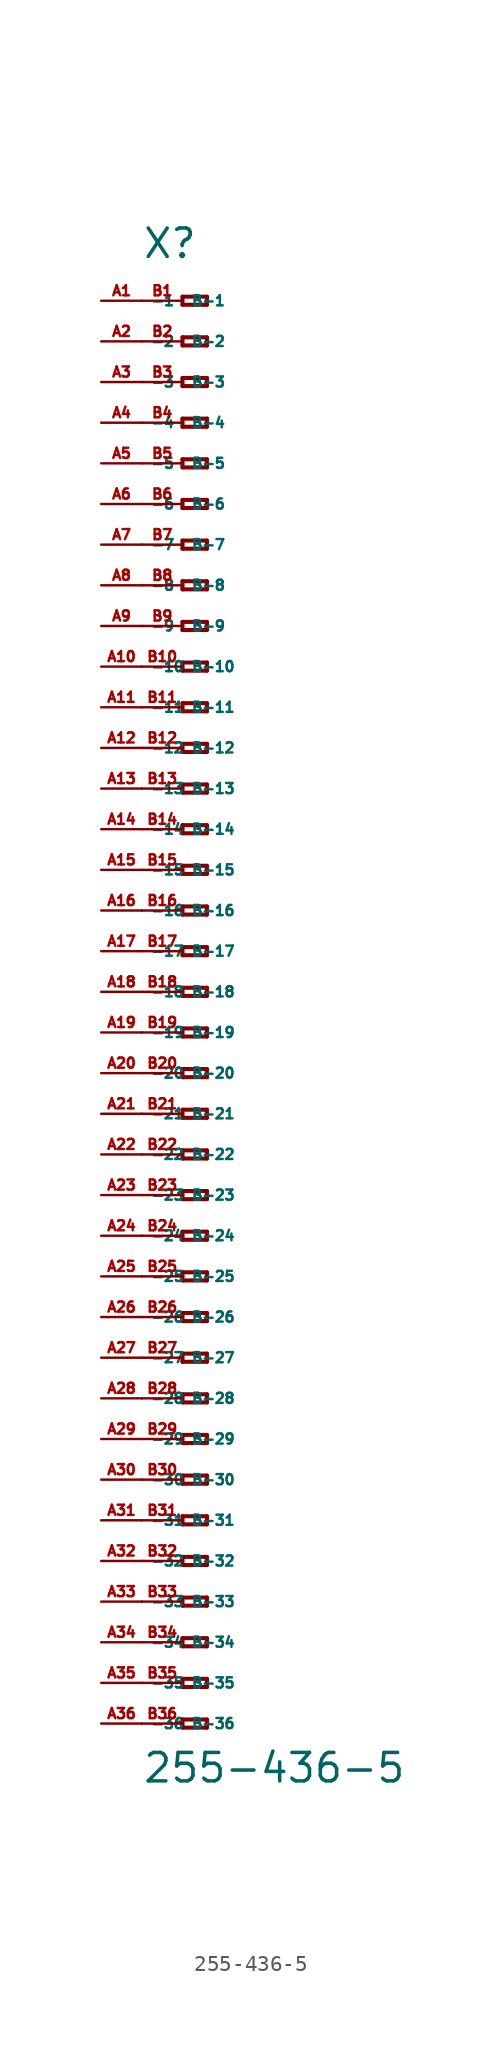
<source format=kicad_sym>
(kicad_symbol_lib
  (version 20220914)
  (generator Eagle2Kicad)
  (symbol "255-436-5"
    (property "Reference" "X"
      (at -5.08 45.72 0)
      (effects (font (size 1.778 1.778) (thickness 0.22)) (justify left bottom)))
    (property "Value" "255-436-5"
      (at -5.08 -49.53 0)
      (effects (font (size 1.778 1.778) (thickness 0.22)) (justify left bottom)))
    (polyline
      (pts (xy -2.54 43.434) (xy -2.54 42.926))
      (stroke (width 0.254) (type default))
      (fill (type none)))
    (polyline
      (pts (xy -2.54 42.926) (xy -1.016 42.926))
      (stroke (width 0.254) (type default))
      (fill (type none)))
    (polyline
      (pts (xy -1.016 42.926) (xy -1.016 43.434))
      (stroke (width 0.254) (type default))
      (fill (type none)))
    (polyline
      (pts (xy -1.016 43.434) (xy -2.54 43.434))
      (stroke (width 0.254) (type default))
      (fill (type none)))
    (polyline
      (pts (xy -2.54 40.894) (xy -2.54 40.386))
      (stroke (width 0.254) (type default))
      (fill (type none)))
    (polyline
      (pts (xy -2.54 40.386) (xy -1.016 40.386))
      (stroke (width 0.254) (type default))
      (fill (type none)))
    (polyline
      (pts (xy -1.016 40.386) (xy -1.016 40.894))
      (stroke (width 0.254) (type default))
      (fill (type none)))
    (polyline
      (pts (xy -1.016 40.894) (xy -2.54 40.894))
      (stroke (width 0.254) (type default))
      (fill (type none)))
    (polyline
      (pts (xy -2.54 38.354) (xy -2.54 37.846))
      (stroke (width 0.254) (type default))
      (fill (type none)))
    (polyline
      (pts (xy -2.54 37.846) (xy -1.016 37.846))
      (stroke (width 0.254) (type default))
      (fill (type none)))
    (polyline
      (pts (xy -1.016 37.846) (xy -1.016 38.354))
      (stroke (width 0.254) (type default))
      (fill (type none)))
    (polyline
      (pts (xy -1.016 38.354) (xy -2.54 38.354))
      (stroke (width 0.254) (type default))
      (fill (type none)))
    (polyline
      (pts (xy -2.54 35.814) (xy -2.54 35.306))
      (stroke (width 0.254) (type default))
      (fill (type none)))
    (polyline
      (pts (xy -2.54 35.306) (xy -1.016 35.306))
      (stroke (width 0.254) (type default))
      (fill (type none)))
    (polyline
      (pts (xy -1.016 35.306) (xy -1.016 35.814))
      (stroke (width 0.254) (type default))
      (fill (type none)))
    (polyline
      (pts (xy -1.016 35.814) (xy -2.54 35.814))
      (stroke (width 0.254) (type default))
      (fill (type none)))
    (polyline
      (pts (xy -2.54 33.274) (xy -2.54 32.766))
      (stroke (width 0.254) (type default))
      (fill (type none)))
    (polyline
      (pts (xy -2.54 32.766) (xy -1.016 32.766))
      (stroke (width 0.254) (type default))
      (fill (type none)))
    (polyline
      (pts (xy -1.016 32.766) (xy -1.016 33.274))
      (stroke (width 0.254) (type default))
      (fill (type none)))
    (polyline
      (pts (xy -1.016 33.274) (xy -2.54 33.274))
      (stroke (width 0.254) (type default))
      (fill (type none)))
    (polyline
      (pts (xy -2.54 30.734) (xy -2.54 30.226))
      (stroke (width 0.254) (type default))
      (fill (type none)))
    (polyline
      (pts (xy -2.54 30.226) (xy -1.016 30.226))
      (stroke (width 0.254) (type default))
      (fill (type none)))
    (polyline
      (pts (xy -1.016 30.226) (xy -1.016 30.734))
      (stroke (width 0.254) (type default))
      (fill (type none)))
    (polyline
      (pts (xy -1.016 30.734) (xy -2.54 30.734))
      (stroke (width 0.254) (type default))
      (fill (type none)))
    (polyline
      (pts (xy -2.54 28.194) (xy -2.54 27.686))
      (stroke (width 0.254) (type default))
      (fill (type none)))
    (polyline
      (pts (xy -2.54 27.686) (xy -1.016 27.686))
      (stroke (width 0.254) (type default))
      (fill (type none)))
    (polyline
      (pts (xy -1.016 27.686) (xy -1.016 28.194))
      (stroke (width 0.254) (type default))
      (fill (type none)))
    (polyline
      (pts (xy -1.016 28.194) (xy -2.54 28.194))
      (stroke (width 0.254) (type default))
      (fill (type none)))
    (polyline
      (pts (xy -2.54 25.654) (xy -2.54 25.146))
      (stroke (width 0.254) (type default))
      (fill (type none)))
    (polyline
      (pts (xy -2.54 25.146) (xy -1.016 25.146))
      (stroke (width 0.254) (type default))
      (fill (type none)))
    (polyline
      (pts (xy -1.016 25.146) (xy -1.016 25.654))
      (stroke (width 0.254) (type default))
      (fill (type none)))
    (polyline
      (pts (xy -1.016 25.654) (xy -2.54 25.654))
      (stroke (width 0.254) (type default))
      (fill (type none)))
    (polyline
      (pts (xy -2.54 23.114) (xy -2.54 22.606))
      (stroke (width 0.254) (type default))
      (fill (type none)))
    (polyline
      (pts (xy -2.54 22.606) (xy -1.016 22.606))
      (stroke (width 0.254) (type default))
      (fill (type none)))
    (polyline
      (pts (xy -1.016 22.606) (xy -1.016 23.114))
      (stroke (width 0.254) (type default))
      (fill (type none)))
    (polyline
      (pts (xy -1.016 23.114) (xy -2.54 23.114))
      (stroke (width 0.254) (type default))
      (fill (type none)))
    (polyline
      (pts (xy -2.54 20.574) (xy -2.54 20.066))
      (stroke (width 0.254) (type default))
      (fill (type none)))
    (polyline
      (pts (xy -2.54 20.066) (xy -1.016 20.066))
      (stroke (width 0.254) (type default))
      (fill (type none)))
    (polyline
      (pts (xy -1.016 20.066) (xy -1.016 20.574))
      (stroke (width 0.254) (type default))
      (fill (type none)))
    (polyline
      (pts (xy -1.016 20.574) (xy -2.54 20.574))
      (stroke (width 0.254) (type default))
      (fill (type none)))
    (polyline
      (pts (xy -2.54 18.034) (xy -2.54 17.526))
      (stroke (width 0.254) (type default))
      (fill (type none)))
    (polyline
      (pts (xy -2.54 17.526) (xy -1.016 17.526))
      (stroke (width 0.254) (type default))
      (fill (type none)))
    (polyline
      (pts (xy -1.016 17.526) (xy -1.016 18.034))
      (stroke (width 0.254) (type default))
      (fill (type none)))
    (polyline
      (pts (xy -1.016 18.034) (xy -2.54 18.034))
      (stroke (width 0.254) (type default))
      (fill (type none)))
    (polyline
      (pts (xy -2.54 15.494) (xy -2.54 14.986))
      (stroke (width 0.254) (type default))
      (fill (type none)))
    (polyline
      (pts (xy -2.54 14.986) (xy -1.016 14.986))
      (stroke (width 0.254) (type default))
      (fill (type none)))
    (polyline
      (pts (xy -1.016 14.986) (xy -1.016 15.494))
      (stroke (width 0.254) (type default))
      (fill (type none)))
    (polyline
      (pts (xy -1.016 15.494) (xy -2.54 15.494))
      (stroke (width 0.254) (type default))
      (fill (type none)))
    (polyline
      (pts (xy -2.54 12.954) (xy -2.54 12.446))
      (stroke (width 0.254) (type default))
      (fill (type none)))
    (polyline
      (pts (xy -2.54 12.446) (xy -1.016 12.446))
      (stroke (width 0.254) (type default))
      (fill (type none)))
    (polyline
      (pts (xy -1.016 12.446) (xy -1.016 12.954))
      (stroke (width 0.254) (type default))
      (fill (type none)))
    (polyline
      (pts (xy -1.016 12.954) (xy -2.54 12.954))
      (stroke (width 0.254) (type default))
      (fill (type none)))
    (polyline
      (pts (xy -2.54 10.414) (xy -2.54 9.906))
      (stroke (width 0.254) (type default))
      (fill (type none)))
    (polyline
      (pts (xy -2.54 9.906) (xy -1.016 9.906))
      (stroke (width 0.254) (type default))
      (fill (type none)))
    (polyline
      (pts (xy -1.016 9.906) (xy -1.016 10.414))
      (stroke (width 0.254) (type default))
      (fill (type none)))
    (polyline
      (pts (xy -1.016 10.414) (xy -2.54 10.414))
      (stroke (width 0.254) (type default))
      (fill (type none)))
    (polyline
      (pts (xy -2.54 7.874) (xy -2.54 7.366))
      (stroke (width 0.254) (type default))
      (fill (type none)))
    (polyline
      (pts (xy -2.54 7.366) (xy -1.016 7.366))
      (stroke (width 0.254) (type default))
      (fill (type none)))
    (polyline
      (pts (xy -1.016 7.366) (xy -1.016 7.874))
      (stroke (width 0.254) (type default))
      (fill (type none)))
    (polyline
      (pts (xy -1.016 7.874) (xy -2.54 7.874))
      (stroke (width 0.254) (type default))
      (fill (type none)))
    (polyline
      (pts (xy -2.54 5.334) (xy -2.54 4.826))
      (stroke (width 0.254) (type default))
      (fill (type none)))
    (polyline
      (pts (xy -2.54 4.826) (xy -1.016 4.826))
      (stroke (width 0.254) (type default))
      (fill (type none)))
    (polyline
      (pts (xy -1.016 4.826) (xy -1.016 5.334))
      (stroke (width 0.254) (type default))
      (fill (type none)))
    (polyline
      (pts (xy -1.016 5.334) (xy -2.54 5.334))
      (stroke (width 0.254) (type default))
      (fill (type none)))
    (polyline
      (pts (xy -2.54 2.794) (xy -2.54 2.286))
      (stroke (width 0.254) (type default))
      (fill (type none)))
    (polyline
      (pts (xy -2.54 2.286) (xy -1.016 2.286))
      (stroke (width 0.254) (type default))
      (fill (type none)))
    (polyline
      (pts (xy -1.016 2.286) (xy -1.016 2.794))
      (stroke (width 0.254) (type default))
      (fill (type none)))
    (polyline
      (pts (xy -1.016 2.794) (xy -2.54 2.794))
      (stroke (width 0.254) (type default))
      (fill (type none)))
    (polyline
      (pts (xy -2.54 0.254) (xy -2.54 -0.254))
      (stroke (width 0.254) (type default))
      (fill (type none)))
    (polyline
      (pts (xy -2.54 -0.254) (xy -1.016 -0.254))
      (stroke (width 0.254) (type default))
      (fill (type none)))
    (polyline
      (pts (xy -1.016 -0.254) (xy -1.016 0.254))
      (stroke (width 0.254) (type default))
      (fill (type none)))
    (polyline
      (pts (xy -1.016 0.254) (xy -2.54 0.254))
      (stroke (width 0.254) (type default))
      (fill (type none)))
    (polyline
      (pts (xy -2.54 -2.286) (xy -2.54 -2.794))
      (stroke (width 0.254) (type default))
      (fill (type none)))
    (polyline
      (pts (xy -2.54 -2.794) (xy -1.016 -2.794))
      (stroke (width 0.254) (type default))
      (fill (type none)))
    (polyline
      (pts (xy -1.016 -2.794) (xy -1.016 -2.286))
      (stroke (width 0.254) (type default))
      (fill (type none)))
    (polyline
      (pts (xy -1.016 -2.286) (xy -2.54 -2.286))
      (stroke (width 0.254) (type default))
      (fill (type none)))
    (polyline
      (pts (xy -2.54 -4.826) (xy -2.54 -5.334))
      (stroke (width 0.254) (type default))
      (fill (type none)))
    (polyline
      (pts (xy -2.54 -5.334) (xy -1.016 -5.334))
      (stroke (width 0.254) (type default))
      (fill (type none)))
    (polyline
      (pts (xy -1.016 -5.334) (xy -1.016 -4.826))
      (stroke (width 0.254) (type default))
      (fill (type none)))
    (polyline
      (pts (xy -1.016 -4.826) (xy -2.54 -4.826))
      (stroke (width 0.254) (type default))
      (fill (type none)))
    (polyline
      (pts (xy -2.54 -7.366) (xy -2.54 -7.874))
      (stroke (width 0.254) (type default))
      (fill (type none)))
    (polyline
      (pts (xy -2.54 -7.874) (xy -1.016 -7.874))
      (stroke (width 0.254) (type default))
      (fill (type none)))
    (polyline
      (pts (xy -1.016 -7.874) (xy -1.016 -7.366))
      (stroke (width 0.254) (type default))
      (fill (type none)))
    (polyline
      (pts (xy -1.016 -7.366) (xy -2.54 -7.366))
      (stroke (width 0.254) (type default))
      (fill (type none)))
    (polyline
      (pts (xy -2.54 -9.906) (xy -2.54 -10.414))
      (stroke (width 0.254) (type default))
      (fill (type none)))
    (polyline
      (pts (xy -2.54 -10.414) (xy -1.016 -10.414))
      (stroke (width 0.254) (type default))
      (fill (type none)))
    (polyline
      (pts (xy -1.016 -10.414) (xy -1.016 -9.906))
      (stroke (width 0.254) (type default))
      (fill (type none)))
    (polyline
      (pts (xy -1.016 -9.906) (xy -2.54 -9.906))
      (stroke (width 0.254) (type default))
      (fill (type none)))
    (polyline
      (pts (xy -2.54 -12.446) (xy -2.54 -12.954))
      (stroke (width 0.254) (type default))
      (fill (type none)))
    (polyline
      (pts (xy -2.54 -12.954) (xy -1.016 -12.954))
      (stroke (width 0.254) (type default))
      (fill (type none)))
    (polyline
      (pts (xy -1.016 -12.954) (xy -1.016 -12.446))
      (stroke (width 0.254) (type default))
      (fill (type none)))
    (polyline
      (pts (xy -1.016 -12.446) (xy -2.54 -12.446))
      (stroke (width 0.254) (type default))
      (fill (type none)))
    (polyline
      (pts (xy -2.54 -14.986) (xy -2.54 -15.494))
      (stroke (width 0.254) (type default))
      (fill (type none)))
    (polyline
      (pts (xy -2.54 -15.494) (xy -1.016 -15.494))
      (stroke (width 0.254) (type default))
      (fill (type none)))
    (polyline
      (pts (xy -1.016 -15.494) (xy -1.016 -14.986))
      (stroke (width 0.254) (type default))
      (fill (type none)))
    (polyline
      (pts (xy -1.016 -14.986) (xy -2.54 -14.986))
      (stroke (width 0.254) (type default))
      (fill (type none)))
    (polyline
      (pts (xy -2.54 -17.526) (xy -2.54 -18.034))
      (stroke (width 0.254) (type default))
      (fill (type none)))
    (polyline
      (pts (xy -2.54 -18.034) (xy -1.016 -18.034))
      (stroke (width 0.254) (type default))
      (fill (type none)))
    (polyline
      (pts (xy -1.016 -18.034) (xy -1.016 -17.526))
      (stroke (width 0.254) (type default))
      (fill (type none)))
    (polyline
      (pts (xy -1.016 -17.526) (xy -2.54 -17.526))
      (stroke (width 0.254) (type default))
      (fill (type none)))
    (polyline
      (pts (xy -2.54 -20.066) (xy -2.54 -20.574))
      (stroke (width 0.254) (type default))
      (fill (type none)))
    (polyline
      (pts (xy -2.54 -20.574) (xy -1.016 -20.574))
      (stroke (width 0.254) (type default))
      (fill (type none)))
    (polyline
      (pts (xy -1.016 -20.574) (xy -1.016 -20.066))
      (stroke (width 0.254) (type default))
      (fill (type none)))
    (polyline
      (pts (xy -1.016 -20.066) (xy -2.54 -20.066))
      (stroke (width 0.254) (type default))
      (fill (type none)))
    (polyline
      (pts (xy -2.54 -22.606) (xy -2.54 -23.114))
      (stroke (width 0.254) (type default))
      (fill (type none)))
    (polyline
      (pts (xy -2.54 -23.114) (xy -1.016 -23.114))
      (stroke (width 0.254) (type default))
      (fill (type none)))
    (polyline
      (pts (xy -1.016 -23.114) (xy -1.016 -22.606))
      (stroke (width 0.254) (type default))
      (fill (type none)))
    (polyline
      (pts (xy -1.016 -22.606) (xy -2.54 -22.606))
      (stroke (width 0.254) (type default))
      (fill (type none)))
    (polyline
      (pts (xy -2.54 -25.146) (xy -2.54 -25.654))
      (stroke (width 0.254) (type default))
      (fill (type none)))
    (polyline
      (pts (xy -2.54 -25.654) (xy -1.016 -25.654))
      (stroke (width 0.254) (type default))
      (fill (type none)))
    (polyline
      (pts (xy -1.016 -25.654) (xy -1.016 -25.146))
      (stroke (width 0.254) (type default))
      (fill (type none)))
    (polyline
      (pts (xy -1.016 -25.146) (xy -2.54 -25.146))
      (stroke (width 0.254) (type default))
      (fill (type none)))
    (polyline
      (pts (xy -2.54 -27.686) (xy -2.54 -28.194))
      (stroke (width 0.254) (type default))
      (fill (type none)))
    (polyline
      (pts (xy -2.54 -28.194) (xy -1.016 -28.194))
      (stroke (width 0.254) (type default))
      (fill (type none)))
    (polyline
      (pts (xy -1.016 -28.194) (xy -1.016 -27.686))
      (stroke (width 0.254) (type default))
      (fill (type none)))
    (polyline
      (pts (xy -1.016 -27.686) (xy -2.54 -27.686))
      (stroke (width 0.254) (type default))
      (fill (type none)))
    (polyline
      (pts (xy -2.54 -30.226) (xy -2.54 -30.734))
      (stroke (width 0.254) (type default))
      (fill (type none)))
    (polyline
      (pts (xy -2.54 -30.734) (xy -1.016 -30.734))
      (stroke (width 0.254) (type default))
      (fill (type none)))
    (polyline
      (pts (xy -1.016 -30.734) (xy -1.016 -30.226))
      (stroke (width 0.254) (type default))
      (fill (type none)))
    (polyline
      (pts (xy -1.016 -30.226) (xy -2.54 -30.226))
      (stroke (width 0.254) (type default))
      (fill (type none)))
    (polyline
      (pts (xy -2.54 -32.766) (xy -2.54 -33.274))
      (stroke (width 0.254) (type default))
      (fill (type none)))
    (polyline
      (pts (xy -2.54 -33.274) (xy -1.016 -33.274))
      (stroke (width 0.254) (type default))
      (fill (type none)))
    (polyline
      (pts (xy -1.016 -33.274) (xy -1.016 -32.766))
      (stroke (width 0.254) (type default))
      (fill (type none)))
    (polyline
      (pts (xy -1.016 -32.766) (xy -2.54 -32.766))
      (stroke (width 0.254) (type default))
      (fill (type none)))
    (polyline
      (pts (xy -2.54 -35.306) (xy -2.54 -35.814))
      (stroke (width 0.254) (type default))
      (fill (type none)))
    (polyline
      (pts (xy -2.54 -35.814) (xy -1.016 -35.814))
      (stroke (width 0.254) (type default))
      (fill (type none)))
    (polyline
      (pts (xy -1.016 -35.814) (xy -1.016 -35.306))
      (stroke (width 0.254) (type default))
      (fill (type none)))
    (polyline
      (pts (xy -1.016 -35.306) (xy -2.54 -35.306))
      (stroke (width 0.254) (type default))
      (fill (type none)))
    (polyline
      (pts (xy -2.54 -37.846) (xy -2.54 -38.354))
      (stroke (width 0.254) (type default))
      (fill (type none)))
    (polyline
      (pts (xy -2.54 -38.354) (xy -1.016 -38.354))
      (stroke (width 0.254) (type default))
      (fill (type none)))
    (polyline
      (pts (xy -1.016 -38.354) (xy -1.016 -37.846))
      (stroke (width 0.254) (type default))
      (fill (type none)))
    (polyline
      (pts (xy -1.016 -37.846) (xy -2.54 -37.846))
      (stroke (width 0.254) (type default))
      (fill (type none)))
    (polyline
      (pts (xy -2.54 -40.386) (xy -2.54 -40.894))
      (stroke (width 0.254) (type default))
      (fill (type none)))
    (polyline
      (pts (xy -2.54 -40.894) (xy -1.016 -40.894))
      (stroke (width 0.254) (type default))
      (fill (type none)))
    (polyline
      (pts (xy -1.016 -40.894) (xy -1.016 -40.386))
      (stroke (width 0.254) (type default))
      (fill (type none)))
    (polyline
      (pts (xy -1.016 -40.386) (xy -2.54 -40.386))
      (stroke (width 0.254) (type default))
      (fill (type none)))
    (polyline
      (pts (xy -2.54 -42.926) (xy -2.54 -43.434))
      (stroke (width 0.254) (type default))
      (fill (type none)))
    (polyline
      (pts (xy -2.54 -43.434) (xy -1.016 -43.434))
      (stroke (width 0.254) (type default))
      (fill (type none)))
    (polyline
      (pts (xy -1.016 -43.434) (xy -1.016 -42.926))
      (stroke (width 0.254) (type default))
      (fill (type none)))
    (polyline
      (pts (xy -1.016 -42.926) (xy -2.54 -42.926))
      (stroke (width 0.254) (type default))
      (fill (type none)))
    (polyline
      (pts (xy -2.54 -45.466) (xy -2.54 -45.974))
      (stroke (width 0.254) (type default))
      (fill (type none)))
    (polyline
      (pts (xy -2.54 -45.974) (xy -1.016 -45.974))
      (stroke (width 0.254) (type default))
      (fill (type none)))
    (polyline
      (pts (xy -1.016 -45.974) (xy -1.016 -45.466))
      (stroke (width 0.254) (type default))
      (fill (type none)))
    (polyline
      (pts (xy -1.016 -45.466) (xy -2.54 -45.466))
      (stroke (width 0.254) (type default))
      (fill (type none)))
    (pin passive line
      (at -7.62 43.18 0)
      (length 2.54)
      (name "-1" (effects (font (size 0.635 0.635) (thickness 0.08)) (justify left bottom)))
      (number "A1" (effects (font (size 0.635 0.635) (thickness 0.08)) (justify left bottom))))
    (pin passive line
      (at -7.62 40.64 0)
      (length 2.54)
      (name "-2" (effects (font (size 0.635 0.635) (thickness 0.08)) (justify left bottom)))
      (number "A2" (effects (font (size 0.635 0.635) (thickness 0.08)) (justify left bottom))))
    (pin passive line
      (at -7.62 38.1 0)
      (length 2.54)
      (name "-3" (effects (font (size 0.635 0.635) (thickness 0.08)) (justify left bottom)))
      (number "A3" (effects (font (size 0.635 0.635) (thickness 0.08)) (justify left bottom))))
    (pin passive line
      (at -7.62 35.56 0)
      (length 2.54)
      (name "-4" (effects (font (size 0.635 0.635) (thickness 0.08)) (justify left bottom)))
      (number "A4" (effects (font (size 0.635 0.635) (thickness 0.08)) (justify left bottom))))
    (pin passive line
      (at -7.62 33.02 0)
      (length 2.54)
      (name "-5" (effects (font (size 0.635 0.635) (thickness 0.08)) (justify left bottom)))
      (number "A5" (effects (font (size 0.635 0.635) (thickness 0.08)) (justify left bottom))))
    (pin passive line
      (at -7.62 30.48 0)
      (length 2.54)
      (name "-6" (effects (font (size 0.635 0.635) (thickness 0.08)) (justify left bottom)))
      (number "A6" (effects (font (size 0.635 0.635) (thickness 0.08)) (justify left bottom))))
    (pin passive line
      (at -7.62 27.94 0)
      (length 2.54)
      (name "-7" (effects (font (size 0.635 0.635) (thickness 0.08)) (justify left bottom)))
      (number "A7" (effects (font (size 0.635 0.635) (thickness 0.08)) (justify left bottom))))
    (pin passive line
      (at -7.62 25.4 0)
      (length 2.54)
      (name "-8" (effects (font (size 0.635 0.635) (thickness 0.08)) (justify left bottom)))
      (number "A8" (effects (font (size 0.635 0.635) (thickness 0.08)) (justify left bottom))))
    (pin passive line
      (at -7.62 22.86 0)
      (length 2.54)
      (name "-9" (effects (font (size 0.635 0.635) (thickness 0.08)) (justify left bottom)))
      (number "A9" (effects (font (size 0.635 0.635) (thickness 0.08)) (justify left bottom))))
    (pin passive line
      (at -7.62 20.32 0)
      (length 2.54)
      (name "-10" (effects (font (size 0.635 0.635) (thickness 0.08)) (justify left bottom)))
      (number "A10" (effects (font (size 0.635 0.635) (thickness 0.08)) (justify left bottom))))
    (pin passive line
      (at -7.62 17.78 0)
      (length 2.54)
      (name "-11" (effects (font (size 0.635 0.635) (thickness 0.08)) (justify left bottom)))
      (number "A11" (effects (font (size 0.635 0.635) (thickness 0.08)) (justify left bottom))))
    (pin passive line
      (at -7.62 15.24 0)
      (length 2.54)
      (name "-12" (effects (font (size 0.635 0.635) (thickness 0.08)) (justify left bottom)))
      (number "A12" (effects (font (size 0.635 0.635) (thickness 0.08)) (justify left bottom))))
    (pin passive line
      (at -7.62 12.7 0)
      (length 2.54)
      (name "-13" (effects (font (size 0.635 0.635) (thickness 0.08)) (justify left bottom)))
      (number "A13" (effects (font (size 0.635 0.635) (thickness 0.08)) (justify left bottom))))
    (pin passive line
      (at -7.62 10.16 0)
      (length 2.54)
      (name "-14" (effects (font (size 0.635 0.635) (thickness 0.08)) (justify left bottom)))
      (number "A14" (effects (font (size 0.635 0.635) (thickness 0.08)) (justify left bottom))))
    (pin passive line
      (at -7.62 7.62 0)
      (length 2.54)
      (name "-15" (effects (font (size 0.635 0.635) (thickness 0.08)) (justify left bottom)))
      (number "A15" (effects (font (size 0.635 0.635) (thickness 0.08)) (justify left bottom))))
    (pin passive line
      (at -7.62 5.08 0)
      (length 2.54)
      (name "-16" (effects (font (size 0.635 0.635) (thickness 0.08)) (justify left bottom)))
      (number "A16" (effects (font (size 0.635 0.635) (thickness 0.08)) (justify left bottom))))
    (pin passive line
      (at -7.62 2.54 0)
      (length 2.54)
      (name "-17" (effects (font (size 0.635 0.635) (thickness 0.08)) (justify left bottom)))
      (number "A17" (effects (font (size 0.635 0.635) (thickness 0.08)) (justify left bottom))))
    (pin passive line
      (at -7.62 0 0)
      (length 2.54)
      (name "-18" (effects (font (size 0.635 0.635) (thickness 0.08)) (justify left bottom)))
      (number "A18" (effects (font (size 0.635 0.635) (thickness 0.08)) (justify left bottom))))
    (pin passive line
      (at -7.62 -2.54 0)
      (length 2.54)
      (name "-19" (effects (font (size 0.635 0.635) (thickness 0.08)) (justify left bottom)))
      (number "A19" (effects (font (size 0.635 0.635) (thickness 0.08)) (justify left bottom))))
    (pin passive line
      (at -7.62 -5.08 0)
      (length 2.54)
      (name "-20" (effects (font (size 0.635 0.635) (thickness 0.08)) (justify left bottom)))
      (number "A20" (effects (font (size 0.635 0.635) (thickness 0.08)) (justify left bottom))))
    (pin passive line
      (at -7.62 -7.62 0)
      (length 2.54)
      (name "-21" (effects (font (size 0.635 0.635) (thickness 0.08)) (justify left bottom)))
      (number "A21" (effects (font (size 0.635 0.635) (thickness 0.08)) (justify left bottom))))
    (pin passive line
      (at -7.62 -10.16 0)
      (length 2.54)
      (name "-22" (effects (font (size 0.635 0.635) (thickness 0.08)) (justify left bottom)))
      (number "A22" (effects (font (size 0.635 0.635) (thickness 0.08)) (justify left bottom))))
    (pin passive line
      (at -7.62 -12.7 0)
      (length 2.54)
      (name "-23" (effects (font (size 0.635 0.635) (thickness 0.08)) (justify left bottom)))
      (number "A23" (effects (font (size 0.635 0.635) (thickness 0.08)) (justify left bottom))))
    (pin passive line
      (at -7.62 -15.24 0)
      (length 2.54)
      (name "-24" (effects (font (size 0.635 0.635) (thickness 0.08)) (justify left bottom)))
      (number "A24" (effects (font (size 0.635 0.635) (thickness 0.08)) (justify left bottom))))
    (pin passive line
      (at -7.62 -17.78 0)
      (length 2.54)
      (name "-25" (effects (font (size 0.635 0.635) (thickness 0.08)) (justify left bottom)))
      (number "A25" (effects (font (size 0.635 0.635) (thickness 0.08)) (justify left bottom))))
    (pin passive line
      (at -7.62 -20.32 0)
      (length 2.54)
      (name "-26" (effects (font (size 0.635 0.635) (thickness 0.08)) (justify left bottom)))
      (number "A26" (effects (font (size 0.635 0.635) (thickness 0.08)) (justify left bottom))))
    (pin passive line
      (at -7.62 -22.86 0)
      (length 2.54)
      (name "-27" (effects (font (size 0.635 0.635) (thickness 0.08)) (justify left bottom)))
      (number "A27" (effects (font (size 0.635 0.635) (thickness 0.08)) (justify left bottom))))
    (pin passive line
      (at -7.62 -25.4 0)
      (length 2.54)
      (name "-28" (effects (font (size 0.635 0.635) (thickness 0.08)) (justify left bottom)))
      (number "A28" (effects (font (size 0.635 0.635) (thickness 0.08)) (justify left bottom))))
    (pin passive line
      (at -7.62 -27.94 0)
      (length 2.54)
      (name "-29" (effects (font (size 0.635 0.635) (thickness 0.08)) (justify left bottom)))
      (number "A29" (effects (font (size 0.635 0.635) (thickness 0.08)) (justify left bottom))))
    (pin passive line
      (at -7.62 -30.48 0)
      (length 2.54)
      (name "-30" (effects (font (size 0.635 0.635) (thickness 0.08)) (justify left bottom)))
      (number "A30" (effects (font (size 0.635 0.635) (thickness 0.08)) (justify left bottom))))
    (pin passive line
      (at -7.62 -33.02 0)
      (length 2.54)
      (name "-31" (effects (font (size 0.635 0.635) (thickness 0.08)) (justify left bottom)))
      (number "A31" (effects (font (size 0.635 0.635) (thickness 0.08)) (justify left bottom))))
    (pin passive line
      (at -7.62 -35.56 0)
      (length 2.54)
      (name "-32" (effects (font (size 0.635 0.635) (thickness 0.08)) (justify left bottom)))
      (number "A32" (effects (font (size 0.635 0.635) (thickness 0.08)) (justify left bottom))))
    (pin passive line
      (at -7.62 -38.1 0)
      (length 2.54)
      (name "-33" (effects (font (size 0.635 0.635) (thickness 0.08)) (justify left bottom)))
      (number "A33" (effects (font (size 0.635 0.635) (thickness 0.08)) (justify left bottom))))
    (pin passive line
      (at -7.62 -40.64 0)
      (length 2.54)
      (name "-34" (effects (font (size 0.635 0.635) (thickness 0.08)) (justify left bottom)))
      (number "A34" (effects (font (size 0.635 0.635) (thickness 0.08)) (justify left bottom))))
    (pin passive line
      (at -7.62 -43.18 0)
      (length 2.54)
      (name "-35" (effects (font (size 0.635 0.635) (thickness 0.08)) (justify left bottom)))
      (number "A35" (effects (font (size 0.635 0.635) (thickness 0.08)) (justify left bottom))))
    (pin passive line
      (at -7.62 -45.72 0)
      (length 2.54)
      (name "-36" (effects (font (size 0.635 0.635) (thickness 0.08)) (justify left bottom)))
      (number "A36" (effects (font (size 0.635 0.635) (thickness 0.08)) (justify left bottom))))
    (pin passive line
      (at -5.08 -45.72 0)
      (length 2.54)
      (name "B-36" (effects (font (size 0.635 0.635) (thickness 0.08)) (justify left bottom)))
      (number "B36" (effects (font (size 0.635 0.635) (thickness 0.08)) (justify left bottom))))
    (pin passive line
      (at -5.08 43.18 0)
      (length 2.54)
      (name "B-1" (effects (font (size 0.635 0.635) (thickness 0.08)) (justify left bottom)))
      (number "B1" (effects (font (size 0.635 0.635) (thickness 0.08)) (justify left bottom))))
    (pin passive line
      (at -5.08 40.64 0)
      (length 2.54)
      (name "B-2" (effects (font (size 0.635 0.635) (thickness 0.08)) (justify left bottom)))
      (number "B2" (effects (font (size 0.635 0.635) (thickness 0.08)) (justify left bottom))))
    (pin passive line
      (at -5.08 38.1 0)
      (length 2.54)
      (name "B-3" (effects (font (size 0.635 0.635) (thickness 0.08)) (justify left bottom)))
      (number "B3" (effects (font (size 0.635 0.635) (thickness 0.08)) (justify left bottom))))
    (pin passive line
      (at -5.08 35.56 0)
      (length 2.54)
      (name "B-4" (effects (font (size 0.635 0.635) (thickness 0.08)) (justify left bottom)))
      (number "B4" (effects (font (size 0.635 0.635) (thickness 0.08)) (justify left bottom))))
    (pin passive line
      (at -5.08 33.02 0)
      (length 2.54)
      (name "B-5" (effects (font (size 0.635 0.635) (thickness 0.08)) (justify left bottom)))
      (number "B5" (effects (font (size 0.635 0.635) (thickness 0.08)) (justify left bottom))))
    (pin passive line
      (at -5.08 30.48 0)
      (length 2.54)
      (name "B-6" (effects (font (size 0.635 0.635) (thickness 0.08)) (justify left bottom)))
      (number "B6" (effects (font (size 0.635 0.635) (thickness 0.08)) (justify left bottom))))
    (pin passive line
      (at -5.08 27.94 0)
      (length 2.54)
      (name "B-7" (effects (font (size 0.635 0.635) (thickness 0.08)) (justify left bottom)))
      (number "B7" (effects (font (size 0.635 0.635) (thickness 0.08)) (justify left bottom))))
    (pin passive line
      (at -5.08 25.4 0)
      (length 2.54)
      (name "B-8" (effects (font (size 0.635 0.635) (thickness 0.08)) (justify left bottom)))
      (number "B8" (effects (font (size 0.635 0.635) (thickness 0.08)) (justify left bottom))))
    (pin passive line
      (at -5.08 22.86 0)
      (length 2.54)
      (name "B-9" (effects (font (size 0.635 0.635) (thickness 0.08)) (justify left bottom)))
      (number "B9" (effects (font (size 0.635 0.635) (thickness 0.08)) (justify left bottom))))
    (pin passive line
      (at -5.08 20.32 0)
      (length 2.54)
      (name "B-10" (effects (font (size 0.635 0.635) (thickness 0.08)) (justify left bottom)))
      (number "B10" (effects (font (size 0.635 0.635) (thickness 0.08)) (justify left bottom))))
    (pin passive line
      (at -5.08 17.78 0)
      (length 2.54)
      (name "B-11" (effects (font (size 0.635 0.635) (thickness 0.08)) (justify left bottom)))
      (number "B11" (effects (font (size 0.635 0.635) (thickness 0.08)) (justify left bottom))))
    (pin passive line
      (at -5.08 15.24 0)
      (length 2.54)
      (name "B-12" (effects (font (size 0.635 0.635) (thickness 0.08)) (justify left bottom)))
      (number "B12" (effects (font (size 0.635 0.635) (thickness 0.08)) (justify left bottom))))
    (pin passive line
      (at -5.08 12.7 0)
      (length 2.54)
      (name "B-13" (effects (font (size 0.635 0.635) (thickness 0.08)) (justify left bottom)))
      (number "B13" (effects (font (size 0.635 0.635) (thickness 0.08)) (justify left bottom))))
    (pin passive line
      (at -5.08 10.16 0)
      (length 2.54)
      (name "B-14" (effects (font (size 0.635 0.635) (thickness 0.08)) (justify left bottom)))
      (number "B14" (effects (font (size 0.635 0.635) (thickness 0.08)) (justify left bottom))))
    (pin passive line
      (at -5.08 7.62 0)
      (length 2.54)
      (name "B-15" (effects (font (size 0.635 0.635) (thickness 0.08)) (justify left bottom)))
      (number "B15" (effects (font (size 0.635 0.635) (thickness 0.08)) (justify left bottom))))
    (pin passive line
      (at -5.08 5.08 0)
      (length 2.54)
      (name "B-16" (effects (font (size 0.635 0.635) (thickness 0.08)) (justify left bottom)))
      (number "B16" (effects (font (size 0.635 0.635) (thickness 0.08)) (justify left bottom))))
    (pin passive line
      (at -5.08 2.54 0)
      (length 2.54)
      (name "B-17" (effects (font (size 0.635 0.635) (thickness 0.08)) (justify left bottom)))
      (number "B17" (effects (font (size 0.635 0.635) (thickness 0.08)) (justify left bottom))))
    (pin passive line
      (at -5.08 0 0)
      (length 2.54)
      (name "B-18" (effects (font (size 0.635 0.635) (thickness 0.08)) (justify left bottom)))
      (number "B18" (effects (font (size 0.635 0.635) (thickness 0.08)) (justify left bottom))))
    (pin passive line
      (at -5.08 -2.54 0)
      (length 2.54)
      (name "B-19" (effects (font (size 0.635 0.635) (thickness 0.08)) (justify left bottom)))
      (number "B19" (effects (font (size 0.635 0.635) (thickness 0.08)) (justify left bottom))))
    (pin passive line
      (at -5.08 -5.08 0)
      (length 2.54)
      (name "B-20" (effects (font (size 0.635 0.635) (thickness 0.08)) (justify left bottom)))
      (number "B20" (effects (font (size 0.635 0.635) (thickness 0.08)) (justify left bottom))))
    (pin passive line
      (at -5.08 -7.62 0)
      (length 2.54)
      (name "B-21" (effects (font (size 0.635 0.635) (thickness 0.08)) (justify left bottom)))
      (number "B21" (effects (font (size 0.635 0.635) (thickness 0.08)) (justify left bottom))))
    (pin passive line
      (at -5.08 -10.16 0)
      (length 2.54)
      (name "B-22" (effects (font (size 0.635 0.635) (thickness 0.08)) (justify left bottom)))
      (number "B22" (effects (font (size 0.635 0.635) (thickness 0.08)) (justify left bottom))))
    (pin passive line
      (at -5.08 -12.7 0)
      (length 2.54)
      (name "B-23" (effects (font (size 0.635 0.635) (thickness 0.08)) (justify left bottom)))
      (number "B23" (effects (font (size 0.635 0.635) (thickness 0.08)) (justify left bottom))))
    (pin passive line
      (at -5.08 -15.24 0)
      (length 2.54)
      (name "B-24" (effects (font (size 0.635 0.635) (thickness 0.08)) (justify left bottom)))
      (number "B24" (effects (font (size 0.635 0.635) (thickness 0.08)) (justify left bottom))))
    (pin passive line
      (at -5.08 -17.78 0)
      (length 2.54)
      (name "B-25" (effects (font (size 0.635 0.635) (thickness 0.08)) (justify left bottom)))
      (number "B25" (effects (font (size 0.635 0.635) (thickness 0.08)) (justify left bottom))))
    (pin passive line
      (at -5.08 -20.32 0)
      (length 2.54)
      (name "B-26" (effects (font (size 0.635 0.635) (thickness 0.08)) (justify left bottom)))
      (number "B26" (effects (font (size 0.635 0.635) (thickness 0.08)) (justify left bottom))))
    (pin passive line
      (at -5.08 -22.86 0)
      (length 2.54)
      (name "B-27" (effects (font (size 0.635 0.635) (thickness 0.08)) (justify left bottom)))
      (number "B27" (effects (font (size 0.635 0.635) (thickness 0.08)) (justify left bottom))))
    (pin passive line
      (at -5.08 -25.4 0)
      (length 2.54)
      (name "B-28" (effects (font (size 0.635 0.635) (thickness 0.08)) (justify left bottom)))
      (number "B28" (effects (font (size 0.635 0.635) (thickness 0.08)) (justify left bottom))))
    (pin passive line
      (at -5.08 -27.94 0)
      (length 2.54)
      (name "B-29" (effects (font (size 0.635 0.635) (thickness 0.08)) (justify left bottom)))
      (number "B29" (effects (font (size 0.635 0.635) (thickness 0.08)) (justify left bottom))))
    (pin passive line
      (at -5.08 -30.48 0)
      (length 2.54)
      (name "B-30" (effects (font (size 0.635 0.635) (thickness 0.08)) (justify left bottom)))
      (number "B30" (effects (font (size 0.635 0.635) (thickness 0.08)) (justify left bottom))))
    (pin passive line
      (at -5.08 -33.02 0)
      (length 2.54)
      (name "B-31" (effects (font (size 0.635 0.635) (thickness 0.08)) (justify left bottom)))
      (number "B31" (effects (font (size 0.635 0.635) (thickness 0.08)) (justify left bottom))))
    (pin passive line
      (at -5.08 -35.56 0)
      (length 2.54)
      (name "B-32" (effects (font (size 0.635 0.635) (thickness 0.08)) (justify left bottom)))
      (number "B32" (effects (font (size 0.635 0.635) (thickness 0.08)) (justify left bottom))))
    (pin passive line
      (at -5.08 -38.1 0)
      (length 2.54)
      (name "B-33" (effects (font (size 0.635 0.635) (thickness 0.08)) (justify left bottom)))
      (number "B33" (effects (font (size 0.635 0.635) (thickness 0.08)) (justify left bottom))))
    (pin passive line
      (at -5.08 -40.64 0)
      (length 2.54)
      (name "B-34" (effects (font (size 0.635 0.635) (thickness 0.08)) (justify left bottom)))
      (number "B34" (effects (font (size 0.635 0.635) (thickness 0.08)) (justify left bottom))))
    (pin passive line
      (at -5.08 -43.18 0)
      (length 2.54)
      (name "B-35" (effects (font (size 0.635 0.635) (thickness 0.08)) (justify left bottom)))
      (number "B35" (effects (font (size 0.635 0.635) (thickness 0.08)) (justify left bottom))))))
</source>
